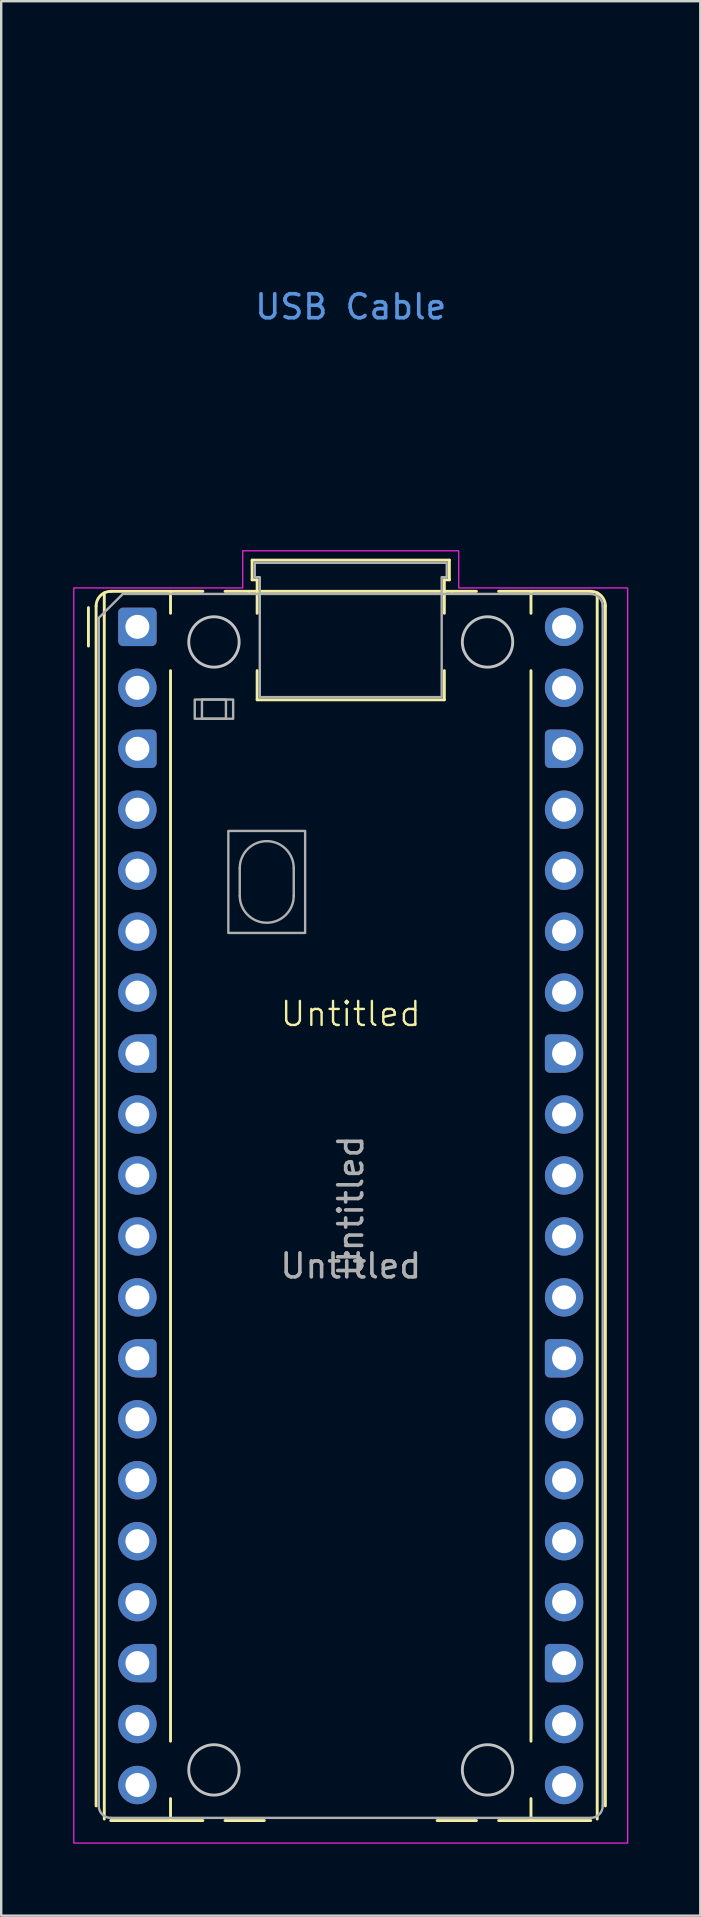
<source format=kicad_pcb>
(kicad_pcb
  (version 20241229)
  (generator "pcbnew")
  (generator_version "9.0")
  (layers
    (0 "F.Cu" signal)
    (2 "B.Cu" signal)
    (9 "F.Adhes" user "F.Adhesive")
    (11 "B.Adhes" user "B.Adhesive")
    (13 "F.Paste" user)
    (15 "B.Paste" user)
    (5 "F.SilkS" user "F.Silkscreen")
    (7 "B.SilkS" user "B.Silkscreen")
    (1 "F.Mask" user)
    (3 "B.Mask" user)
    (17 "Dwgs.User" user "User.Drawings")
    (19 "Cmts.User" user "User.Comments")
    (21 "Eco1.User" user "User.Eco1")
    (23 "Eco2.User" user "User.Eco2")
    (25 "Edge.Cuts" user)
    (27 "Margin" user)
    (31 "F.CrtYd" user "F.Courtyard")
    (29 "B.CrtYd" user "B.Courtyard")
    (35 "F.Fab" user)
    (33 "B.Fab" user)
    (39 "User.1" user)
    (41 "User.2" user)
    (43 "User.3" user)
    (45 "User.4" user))
  (footprint "Untitled"
    (layer "F.Cu")
    (at 11.565 47.2)
    (property "Reference" "Untitled" (at 0 -8 0) (unlocked yes) (layer "F.SilkS") (effects (font (size 1 1) (thickness 0.1))))
    (attr smd)
    (fp_line (start -10.93 -23.33) (end -10.93 -24.93) (stroke (width 0.12) (type solid)) (layer "F.SilkS"))
    (fp_line (start -10.61 -25) (end -10.61 25) (stroke (width 0.12) (type solid)) (layer "F.SilkS"))
    (fp_line (start -10.27 -25.547) (end -10.27 25.547) (stroke (width 0.12) (type solid)) (layer "F.SilkS"))
    (fp_line (start -10 -25.61) (end -7.51 -25.61) (stroke (width 0.12) (type solid)) (layer "F.SilkS"))
    (fp_line (start -10 25.61) (end -6.162 25.61) (stroke (width 0.12) (type solid)) (layer "F.SilkS"))
    (fp_line (start -7.51 -25.61) (end -7.51 -24.696) (stroke (width 0.12) (type solid)) (layer "F.SilkS"))
    (fp_line (start -7.51 -25.61) (end -6.162 -25.61) (stroke (width 0.12) (type solid)) (layer "F.SilkS"))
    (fp_line (start -7.51 -22.304) (end -7.51 22.304) (stroke (width 0.12) (type solid)) (layer "F.SilkS"))
    (fp_line (start -7.51 24.696) (end -7.51 25.61) (stroke (width 0.12) (type solid)) (layer "F.SilkS"))
    (fp_line (start -5.238 -25.61) (end -4.235 -25.61) (stroke (width 0.12) (type solid)) (layer "F.SilkS"))
    (fp_line (start -4.235 -25.61) (end 4.235 -25.61) (stroke (width 0.12) (type solid)) (layer "F.SilkS"))
    (fp_line (start -4.11 -26.91) (end -4.11 -26.09) (stroke (width 0.12) (type solid)) (layer "F.SilkS"))
    (fp_line (start -4.11 -26.91) (end 4.11 -26.91) (stroke (width 0.12) (type solid)) (layer "F.SilkS"))
    (fp_line (start -4.11 -26.09) (end -3.9 -26.09) (stroke (width 0.12) (type solid)) (layer "F.SilkS"))
    (fp_line (start -3.9 -26.09) (end -3.9 -24.694) (stroke (width 0.12) (type solid)) (layer "F.SilkS"))
    (fp_line (start -3.9 -22.306) (end -3.9 -21.09) (stroke (width 0.12) (type solid)) (layer "F.SilkS"))
    (fp_line (start -3.6 25.61) (end -5.238 25.61) (stroke (width 0.12) (type solid)) (layer "F.SilkS"))
    (fp_line (start 3.9 -26.09) (end 3.9 -24.694) (stroke (width 0.12) (type solid)) (layer "F.SilkS"))
    (fp_line (start 3.9 -22.306) (end 3.9 -21.09) (stroke (width 0.12) (type solid)) (layer "F.SilkS"))
    (fp_line (start 3.9 -21.09) (end -3.9 -21.09) (stroke (width 0.12) (type solid)) (layer "F.SilkS"))
    (fp_line (start 4.11 -26.91) (end 4.11 -26.09) (stroke (width 0.12) (type solid)) (layer "F.SilkS"))
    (fp_line (start 4.11 -26.09) (end 3.9 -26.09) (stroke (width 0.12) (type solid)) (layer "F.SilkS"))
    (fp_line (start 4.235 -25.61) (end 5.238 -25.61) (stroke (width 0.12) (type solid)) (layer "F.SilkS"))
    (fp_line (start 5.238 25.61) (end 3.6 25.61) (stroke (width 0.12) (type solid)) (layer "F.SilkS"))
    (fp_line (start 6.162 -25.61) (end 7.51 -25.61) (stroke (width 0.12) (type solid)) (layer "F.SilkS"))
    (fp_line (start 6.162 25.61) (end 10 25.61) (stroke (width 0.12) (type solid)) (layer "F.SilkS"))
    (fp_line (start 7.51 -25.61) (end 7.51 -24.696) (stroke (width 0.12) (type solid)) (layer "F.SilkS"))
    (fp_line (start 7.51 -22.304) (end 7.51 22.304) (stroke (width 0.12) (type solid)) (layer "F.SilkS"))
    (fp_line (start 7.51 24.696) (end 7.51 25.61) (stroke (width 0.12) (type solid)) (layer "F.SilkS"))
    (fp_line (start 10 -25.61) (end 7.51 -25.61) (stroke (width 0.12) (type solid)) (layer "F.SilkS"))
    (fp_line (start 10.27 25.547) (end 10.27 -25.547) (stroke (width 0.12) (type solid)) (layer "F.SilkS"))
    (fp_line (start 10.61 -25) (end 10.61 25) (stroke (width 0.12) (type solid)) (layer "F.SilkS"))
    (fp_arc (start -10.61 -25) (mid -10.431335 -25.431335) (end -10 -25.61) (stroke (width 0.12) (type solid)) (layer "F.SilkS"))
    (fp_arc (start 10 -25.61) (mid 10.431335 -25.431335) (end 10.61 -25) (stroke (width 0.12) (type solid)) (layer "F.SilkS"))
    (fp_circle (center -5.7 -23.5) (end -4.65 -23.5) (stroke (width 0.12) (type solid)) (fill no) (layer "Dwgs.User"))
    (fp_circle (center -5.7 23.5) (end -4.65 23.5) (stroke (width 0.12) (type solid)) (fill no) (layer "Dwgs.User"))
    (fp_circle (center 5.7 -23.5) (end 6.75 -23.5) (stroke (width 0.12) (type solid)) (fill no) (layer "Dwgs.User"))
    (fp_circle (center 5.7 23.5) (end 6.75 23.5) (stroke (width 0.12) (type solid)) (fill no) (layer "Dwgs.User"))
    (fp_poly (pts (xy -4.5 -27.3) (xy 4.5 -27.3) (xy 4.5 -25.75) (xy 11.54 -25.75) (xy 11.54 26.55) (xy -11.54 26.55) (xy -11.54 -25.75) (xy -4.5 -25.75)) (stroke (width 0.05) (type solid)) (fill no) (layer "F.CrtYd"))
    (fp_line (start -10.5 -24.5) (end -9.5 -25.5) (stroke (width 0.1) (type solid)) (layer "F.Fab"))
    (fp_line (start -10.5 25) (end -10.5 -24.5) (stroke (width 0.1) (type solid)) (layer "F.Fab"))
    (fp_line (start -9.5 -25.5) (end 10 -25.5) (stroke (width 0.1) (type solid)) (layer "F.Fab"))
    (fp_line (start -4.625 -14.075) (end -4.625 -12.925) (stroke (width 0.1) (type solid)) (layer "F.Fab"))
    (fp_line (start -2.375 -14.075) (end -2.375 -12.925) (stroke (width 0.1) (type solid)) (layer "F.Fab"))
    (fp_line (start 10 25.5) (end -10 25.5) (stroke (width 0.1) (type solid)) (layer "F.Fab"))
    (fp_line (start 10.5 -25) (end 10.5 25) (stroke (width 0.1) (type solid)) (layer "F.Fab"))
    (fp_rect (start -6.5 -21.1) (end -4.9 -20.3) (stroke (width 0.1) (type solid)) (fill no) (layer "F.Fab"))
    (fp_rect (start -6.2 -21.1) (end -5.2 -20.3) (stroke (width 0.1) (type solid)) (fill no) (layer "F.Fab"))
    (fp_rect (start -5.1 -15.625) (end -1.9 -11.375) (stroke (width 0.1) (type solid)) (fill no) (layer "F.Fab"))
    (fp_arc (start -10 25.5) (mid -10.353553 25.353553) (end -10.5 25) (stroke (width 0.1) (type solid)) (layer "F.Fab"))
    (fp_arc (start -4.625 -14.075) (mid -3.5 -15.2) (end -2.375 -14.075) (stroke (width 0.1) (type solid)) (layer "F.Fab"))
    (fp_arc (start -2.375 -12.925) (mid -3.5 -11.8) (end -4.625 -12.925) (stroke (width 0.1) (type solid)) (layer "F.Fab"))
    (fp_arc (start 10 -25.5) (mid 10.353553 -25.353553) (end 10.5 -25) (stroke (width 0.1) (type solid)) (layer "F.Fab"))
    (fp_arc (start 10.5 25) (mid 10.353553 25.353553) (end 10 25.5) (stroke (width 0.1) (type solid)) (layer "F.Fab"))
    (fp_poly (pts (xy 3.79 -21.2) (xy 3.79 -26.2) (xy 4 -26.2) (xy 4 -26.8) (xy -4 -26.8) (xy -4 -26.2) (xy -3.79 -26.2) (xy -3.79 -21.2)) (stroke (width 0.1) (type solid)) (fill no) (layer "F.Fab"))
    (fp_text user "USB Cable" (at 0 -37.465 0) (unlocked yes) (layer "Cmts.User") (effects (font (size 1 1) (thickness 0.15))))
    (fp_text user "${REFERENCE}" (at 0 0 90) (layer "F.Fab") (effects (font (size 1 1) (thickness 0.15))))
    (fp_text user "${REFERENCE}" (at 0 2.5 0) (unlocked yes) (layer "F.Fab") (effects (font (size 1 1) (thickness 0.15))))
    (pad "1" thru_hole roundrect (at -8.89 -24.13) (size 1.6 1.6) (drill 1) (layers "*.Cu" "*.Mask") (roundrect_rratio 0.125))
    (pad "2" thru_hole circle (at -8.89 -21.59) (size 1.6 1.6) (drill 1) (layers "*.Cu" "*.Mask"))
    (pad "3" thru_hole custom (at -8.89 -19.05) (size 1.6 1.6) (drill 1) (layers "*.Cu" "*.Mask") (options (anchor circle)) (primitives (gr_poly (pts (xy 0.8 0.6) (xy 0.8 -0.6) (xy 0.6 -0.8) (xy 0 -0.8) (xy 0 0.8) (xy 0.6 0.8)) (width 0) (fill yes)) (gr_circle (center 0.6 0.6) (end 0.8 0.6) (width 0) (fill yes)) (gr_circle (center 0.6 -0.6) (end 0.8 -0.6) (width 0) (fill yes))))
    (pad "4" thru_hole circle (at -8.89 -16.51) (size 1.6 1.6) (drill 1) (layers "*.Cu" "*.Mask"))
    (pad "5" thru_hole circle (at -8.89 -13.97) (size 1.6 1.6) (drill 1) (layers "*.Cu" "*.Mask"))
    (pad "6" thru_hole circle (at -8.89 -11.43) (size 1.6 1.6) (drill 1) (layers "*.Cu" "*.Mask"))
    (pad "7" thru_hole circle (at -8.89 -8.89) (size 1.6 1.6) (drill 1) (layers "*.Cu" "*.Mask"))
    (pad "8" thru_hole custom (at -8.89 -6.35) (size 1.6 1.6) (drill 1) (layers "*.Cu" "*.Mask") (options (anchor circle)) (primitives (gr_poly (pts (xy 0.8 0.6) (xy 0.8 -0.6) (xy 0.6 -0.8) (xy 0 -0.8) (xy 0 0.8) (xy 0.6 0.8)) (width 0) (fill yes)) (gr_circle (center 0.6 0.6) (end 0.8 0.6) (width 0) (fill yes)) (gr_circle (center 0.6 -0.6) (end 0.8 -0.6) (width 0) (fill yes))))
    (pad "9" thru_hole circle (at -8.89 -3.81) (size 1.6 1.6) (drill 1) (layers "*.Cu" "*.Mask"))
    (pad "10" thru_hole circle (at -8.89 -1.27) (size 1.6 1.6) (drill 1) (layers "*.Cu" "*.Mask"))
    (pad "11" thru_hole circle (at -8.89 1.27) (size 1.6 1.6) (drill 1) (layers "*.Cu" "*.Mask"))
    (pad "12" thru_hole circle (at -8.89 3.81) (size 1.6 1.6) (drill 1) (layers "*.Cu" "*.Mask"))
    (pad "13" thru_hole custom (at -8.89 6.35) (size 1.6 1.6) (drill 1) (layers "*.Cu" "*.Mask") (options (anchor circle)) (primitives (gr_poly (pts (xy 0.8 0.6) (xy 0.8 -0.6) (xy 0.6 -0.8) (xy 0 -0.8) (xy 0 0.8) (xy 0.6 0.8)) (width 0) (fill yes)) (gr_circle (center 0.6 0.6) (end 0.8 0.6) (width 0) (fill yes)) (gr_circle (center 0.6 -0.6) (end 0.8 -0.6) (width 0) (fill yes))))
    (pad "14" thru_hole circle (at -8.89 8.89) (size 1.6 1.6) (drill 1) (layers "*.Cu" "*.Mask"))
    (pad "15" thru_hole circle (at -8.89 11.43) (size 1.6 1.6) (drill 1) (layers "*.Cu" "*.Mask"))
    (pad "16" thru_hole circle (at -8.89 13.97) (size 1.6 1.6) (drill 1) (layers "*.Cu" "*.Mask"))
    (pad "17" thru_hole circle (at -8.89 16.51) (size 1.6 1.6) (drill 1) (layers "*.Cu" "*.Mask"))
    (pad "18" thru_hole custom (at -8.89 19.05) (size 1.6 1.6) (drill 1) (layers "*.Cu" "*.Mask") (options (anchor circle)) (primitives (gr_poly (pts (xy 0.8 0.6) (xy 0.8 -0.6) (xy 0.6 -0.8) (xy 0 -0.8) (xy 0 0.8) (xy 0.6 0.8)) (width 0) (fill yes)) (gr_circle (center 0.6 0.6) (end 0.8 0.6) (width 0) (fill yes)) (gr_circle (center 0.6 -0.6) (end 0.8 -0.6) (width 0) (fill yes))))
    (pad "19" thru_hole circle (at -8.89 21.59) (size 1.6 1.6) (drill 1) (layers "*.Cu" "*.Mask"))
    (pad "20" thru_hole circle (at -8.89 24.13) (size 1.6 1.6) (drill 1) (layers "*.Cu" "*.Mask"))
    (pad "21" thru_hole circle (at 8.89 24.13) (size 1.6 1.6) (drill 1) (layers "*.Cu" "*.Mask"))
    (pad "22" thru_hole circle (at 8.89 21.59) (size 1.6 1.6) (drill 1) (layers "*.Cu" "*.Mask"))
    (pad "23" thru_hole custom (at 8.89 19.05) (size 1.6 1.6) (drill 1) (layers "*.Cu" "*.Mask") (options (anchor circle)) (primitives (gr_poly (pts (xy -0.8 0.6) (xy -0.8 -0.6) (xy -0.6 -0.8) (xy 0 -0.8) (xy 0 0.8) (xy -0.6 0.8)) (width 0) (fill yes)) (gr_circle (center -0.6 0.6) (end -0.4 0.6) (width 0) (fill yes)) (gr_circle (center -0.6 -0.6) (end -0.4 -0.6) (width 0) (fill yes))))
    (pad "24" thru_hole circle (at 8.89 16.51) (size 1.6 1.6) (drill 1) (layers "*.Cu" "*.Mask"))
    (pad "25" thru_hole circle (at 8.89 13.97) (size 1.6 1.6) (drill 1) (layers "*.Cu" "*.Mask"))
    (pad "26" thru_hole circle (at 8.89 11.43) (size 1.6 1.6) (drill 1) (layers "*.Cu" "*.Mask"))
    (pad "27" thru_hole circle (at 8.89 8.89) (size 1.6 1.6) (drill 1) (layers "*.Cu" "*.Mask"))
    (pad "28" thru_hole custom (at 8.89 6.35) (size 1.6 1.6) (drill 1) (layers "*.Cu" "*.Mask") (options (anchor circle)) (primitives (gr_poly (pts (xy -0.8 0.6) (xy -0.8 -0.6) (xy -0.6 -0.8) (xy 0 -0.8) (xy 0 0.8) (xy -0.6 0.8)) (width 0) (fill yes)) (gr_circle (center -0.6 0.6) (end -0.4 0.6) (width 0) (fill yes)) (gr_circle (center -0.6 -0.6) (end -0.4 -0.6) (width 0) (fill yes))))
    (pad "29" thru_hole circle (at 8.89 3.81) (size 1.6 1.6) (drill 1) (layers "*.Cu" "*.Mask"))
    (pad "30" thru_hole circle (at 8.89 1.27) (size 1.6 1.6) (drill 1) (layers "*.Cu" "*.Mask"))
    (pad "31" thru_hole circle (at 8.89 -1.27) (size 1.6 1.6) (drill 1) (layers "*.Cu" "*.Mask"))
    (pad "32" thru_hole circle (at 8.89 -3.81) (size 1.6 1.6) (drill 1) (layers "*.Cu" "*.Mask"))
    (pad "33" thru_hole custom (at 8.89 -6.35) (size 1.6 1.6) (drill 1) (layers "*.Cu" "*.Mask") (options (anchor circle)) (primitives (gr_poly (pts (xy -0.8 0.6) (xy -0.8 -0.6) (xy -0.6 -0.8) (xy 0 -0.8) (xy 0 0.8) (xy -0.6 0.8)) (width 0) (fill yes)) (gr_circle (center -0.6 0.6) (end -0.4 0.6) (width 0) (fill yes)) (gr_circle (center -0.6 -0.6) (end -0.4 -0.6) (width 0) (fill yes))))
    (pad "34" thru_hole circle (at 8.89 -8.89) (size 1.6 1.6) (drill 1) (layers "*.Cu" "*.Mask"))
    (pad "35" thru_hole circle (at 8.89 -11.43) (size 1.6 1.6) (drill 1) (layers "*.Cu" "*.Mask"))
    (pad "36" thru_hole circle (at 8.89 -13.97) (size 1.6 1.6) (drill 1) (layers "*.Cu" "*.Mask"))
    (pad "37" thru_hole circle (at 8.89 -16.51) (size 1.6 1.6) (drill 1) (layers "*.Cu" "*.Mask"))
    (pad "38" thru_hole custom (at 8.89 -19.05) (size 1.6 1.6) (drill 1) (layers "*.Cu" "*.Mask") (options (anchor circle)) (primitives (gr_poly (pts (xy -0.8 0.6) (xy -0.8 -0.6) (xy -0.6 -0.8) (xy 0 -0.8) (xy 0 0.8) (xy -0.6 0.8)) (width 0) (fill yes)) (gr_circle (center -0.6 0.6) (end -0.4 0.6) (width 0) (fill yes)) (gr_circle (center -0.6 -0.6) (end -0.4 -0.6) (width 0) (fill yes))))
    (pad "39" thru_hole circle (at 8.89 -21.59) (size 1.6 1.6) (drill 1) (layers "*.Cu" "*.Mask"))
    (pad "40" thru_hole circle (at 8.89 -24.13) (size 1.6 1.6) (drill 1) (layers "*.Cu" "*.Mask"))
    (zone (net_name "") (layer "F.CrtYd") (name "USB Cable") (hatch edge 0.5) (connect_pads) (min_thickness 0.254) (filled_areas_thickness no) (keepout (tracks allowed) (vias allowed) (pads allowed) (copperpour allowed) (footprints allowed)) (placement (enabled no)) (fill) (polygon (pts (xy 5.815 19.5) (xy 7.625 19.5) (xy 7.625 19.9) (xy 15.505 19.9) (xy 15.505 19.5) (xy 17.315 19.5) (xy 17.315 0) (xy 5.815 0)))))
  (gr_rect
    (start -3 -3)
    (end 26.13 76.775)
    (stroke (width 0.1) (type default))
    (fill no)
    (layer "Edge.Cuts")))
</source>
